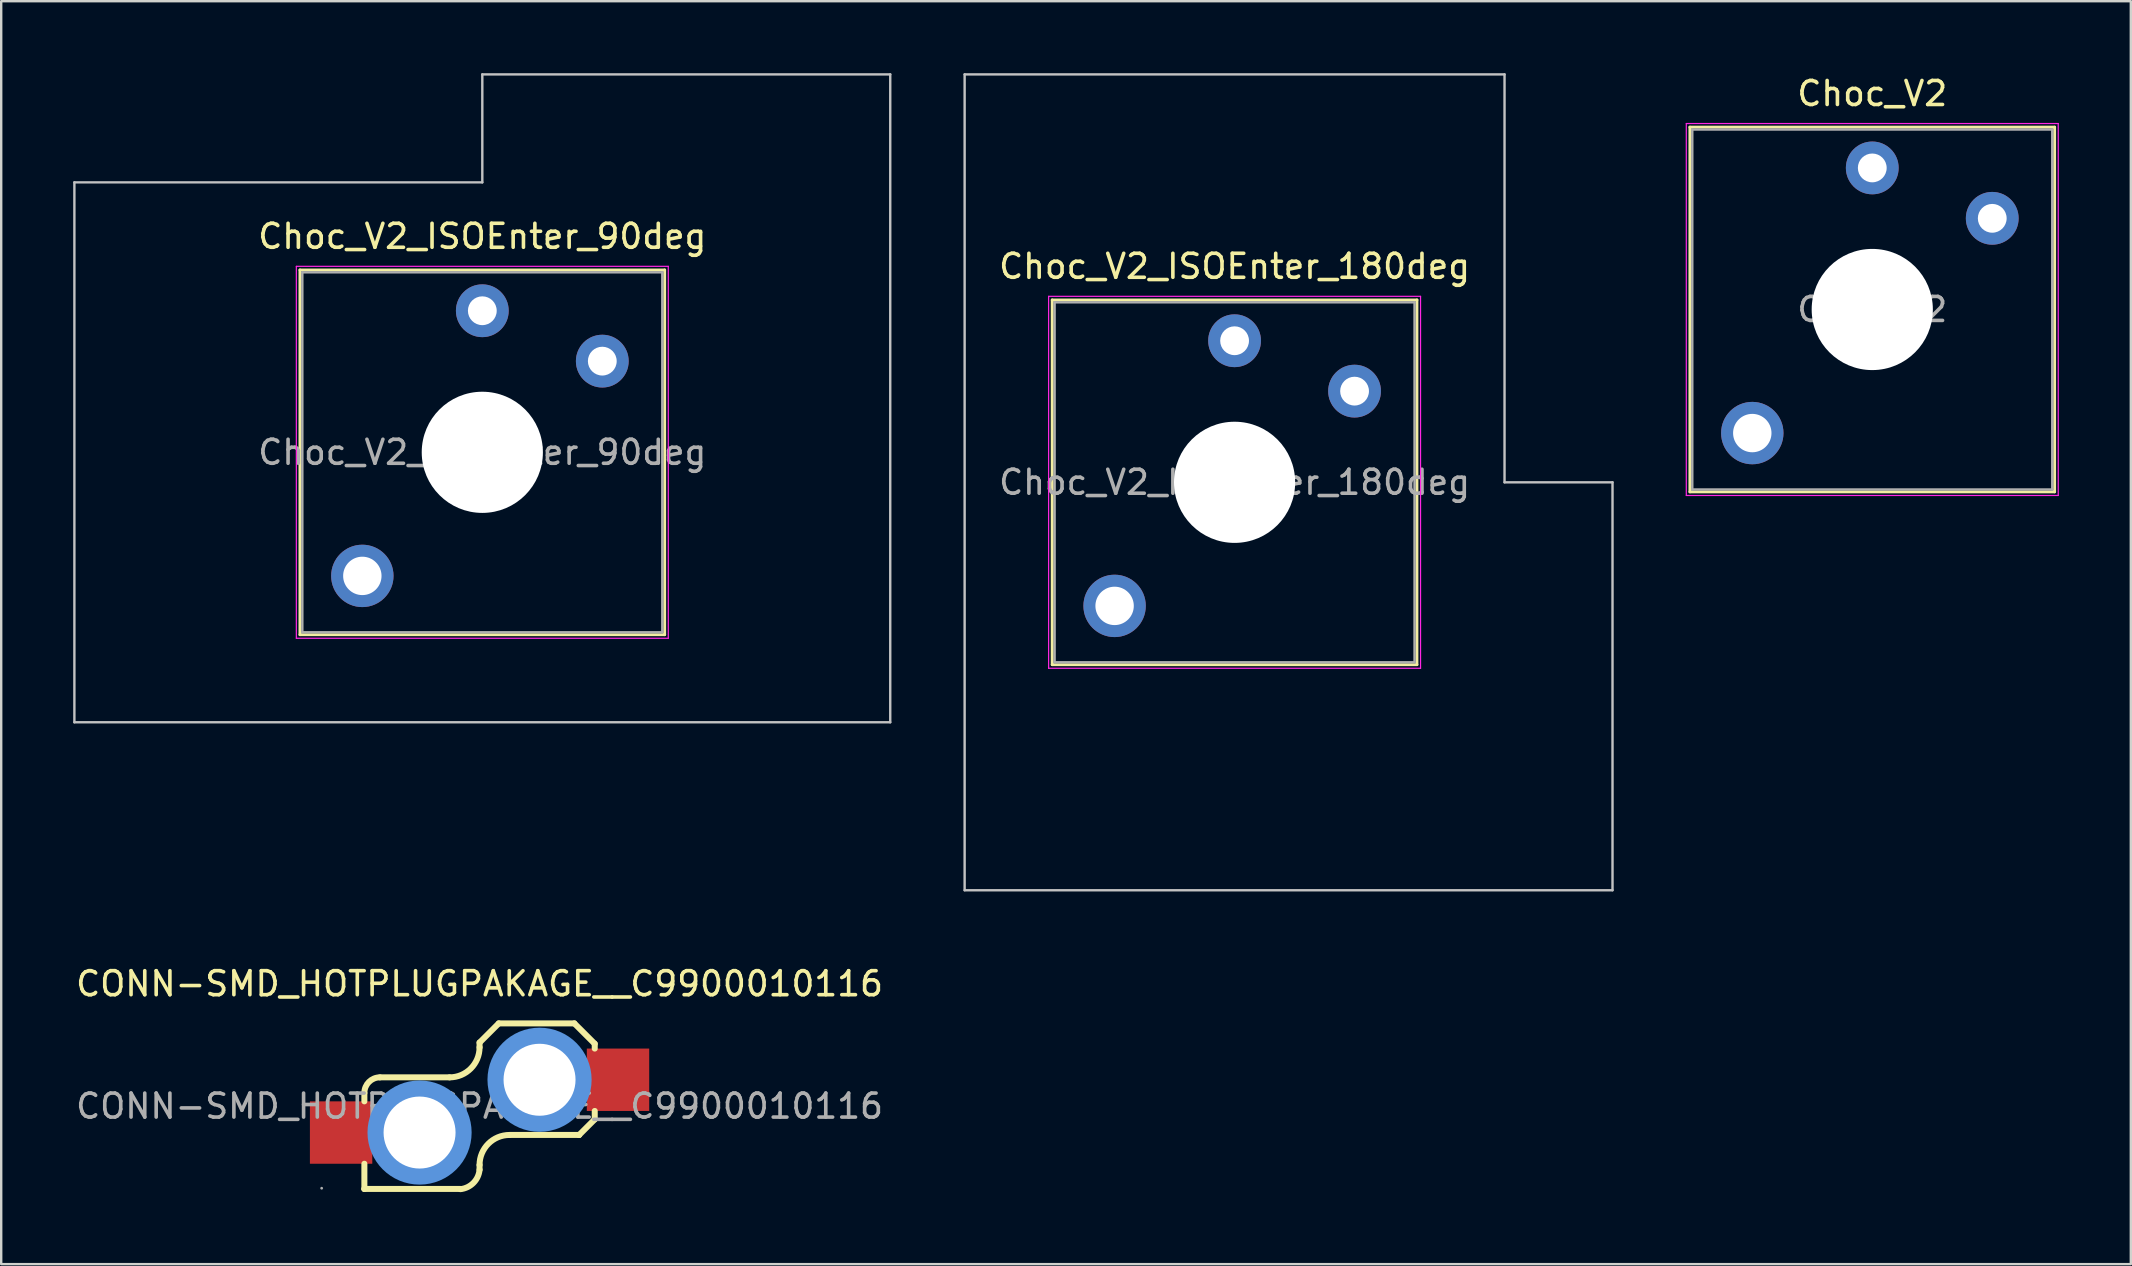
<source format=kicad_pcb>
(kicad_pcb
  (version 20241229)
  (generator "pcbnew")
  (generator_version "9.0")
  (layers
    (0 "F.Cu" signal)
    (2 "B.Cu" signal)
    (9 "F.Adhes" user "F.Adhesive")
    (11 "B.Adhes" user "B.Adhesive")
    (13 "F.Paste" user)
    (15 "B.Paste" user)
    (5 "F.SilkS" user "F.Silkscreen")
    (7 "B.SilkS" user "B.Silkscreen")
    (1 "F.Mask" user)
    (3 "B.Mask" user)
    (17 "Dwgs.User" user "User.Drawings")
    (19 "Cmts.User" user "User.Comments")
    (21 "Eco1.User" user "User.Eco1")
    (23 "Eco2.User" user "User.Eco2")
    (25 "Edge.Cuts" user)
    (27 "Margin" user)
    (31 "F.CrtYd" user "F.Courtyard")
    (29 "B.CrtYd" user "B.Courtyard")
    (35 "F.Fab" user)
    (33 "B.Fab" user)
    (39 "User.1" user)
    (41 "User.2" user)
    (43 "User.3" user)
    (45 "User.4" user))
  (footprint "Choc_V2_ISOEnter_90deg"
    (layer "F.Cu")
    (at 17.05 15.8)
    (property "Reference" "Choc_V2_ISOEnter_90deg" (at 0 -9 0) (layer "F.SilkS") (effects (font (size 1 1) (thickness 0.15))))
    (attr through_hole)
    (fp_line (start -7.6 -7.6) (end -7.6 7.6) (stroke (width 0.12) (type solid)) (layer "F.SilkS"))
    (fp_line (start -7.6 7.6) (end 7.6 7.6) (stroke (width 0.12) (type solid)) (layer "F.SilkS"))
    (fp_line (start 7.6 -7.6) (end -7.6 -7.6) (stroke (width 0.12) (type solid)) (layer "F.SilkS"))
    (fp_line (start 7.6 7.6) (end 7.6 -7.6) (stroke (width 0.12) (type solid)) (layer "F.SilkS"))
    (fp_line (start -17 -11.25) (end -17 11.25) (stroke (width 0.1) (type solid)) (layer "Dwgs.User"))
    (fp_line (start -17 11.25) (end 17 11.25) (stroke (width 0.1) (type solid)) (layer "Dwgs.User"))
    (fp_line (start 0 -15.75) (end 0 -11.25) (stroke (width 0.1) (type solid)) (layer "Dwgs.User"))
    (fp_line (start 0 -11.25) (end -17 -11.25) (stroke (width 0.1) (type solid)) (layer "Dwgs.User"))
    (fp_line (start 17 -15.75) (end 0 -15.75) (stroke (width 0.1) (type solid)) (layer "Dwgs.User"))
    (fp_line (start 17 11.25) (end 17 -15.75) (stroke (width 0.1) (type solid)) (layer "Dwgs.User"))
    (fp_line (start -7.25 -7.25) (end -7.25 7.25) (stroke (width 0.1) (type solid)) (layer "Eco1.User"))
    (fp_line (start -7.25 7.25) (end 7.25 7.25) (stroke (width 0.1) (type solid)) (layer "Eco1.User"))
    (fp_line (start 7.25 -7.25) (end -7.25 -7.25) (stroke (width 0.1) (type solid)) (layer "Eco1.User"))
    (fp_line (start 7.25 7.25) (end 7.25 -7.25) (stroke (width 0.1) (type solid)) (layer "Eco1.User"))
    (fp_line (start -7.75 -7.75) (end -7.75 7.75) (stroke (width 0.05) (type solid)) (layer "F.CrtYd"))
    (fp_line (start -7.75 7.75) (end 7.75 7.75) (stroke (width 0.05) (type solid)) (layer "F.CrtYd"))
    (fp_line (start 7.75 -7.75) (end -7.75 -7.75) (stroke (width 0.05) (type solid)) (layer "F.CrtYd"))
    (fp_line (start 7.75 7.75) (end 7.75 -7.75) (stroke (width 0.05) (type solid)) (layer "F.CrtYd"))
    (fp_line (start -7.5 -7.5) (end -7.5 7.5) (stroke (width 0.1) (type solid)) (layer "F.Fab"))
    (fp_line (start -7.5 7.5) (end 7.5 7.5) (stroke (width 0.1) (type solid)) (layer "F.Fab"))
    (fp_line (start 7.5 -7.5) (end -7.5 -7.5) (stroke (width 0.1) (type solid)) (layer "F.Fab"))
    (fp_line (start 7.5 7.5) (end 7.5 -7.5) (stroke (width 0.1) (type solid)) (layer "F.Fab"))
    (fp_text user "${REFERENCE}" (at 0 0 0) (layer "F.Fab") (effects (font (size 1 1) (thickness 0.15))))
    (pad "" thru_hole circle (at -5 5.15) (size 2.6 2.6) (drill 1.6) (layers "*.Cu" "*.Mask"))
    (pad "" np_thru_hole circle (at 0 0) (size 5.05 5.05) (drill 5.05) (layers "*.Cu" "*.Mask"))
    (pad "1" thru_hole circle (at 0 -5.9) (size 2.2 2.2) (drill 1.2) (layers "*.Cu" "*.Mask"))
    (pad "2" thru_hole circle (at 5 -3.8) (size 2.2 2.2) (drill 1.2) (layers "*.Cu" "*.Mask")))
  (footprint "Choc_V2_ISOEnter_180deg"
    (layer "F.Cu")
    (at 48.4 17.05)
    (property "Reference" "Choc_V2_ISOEnter_180deg" (at 0 -9 0) (layer "F.SilkS") (effects (font (size 1 1) (thickness 0.15))))
    (attr through_hole)
    (fp_line (start -7.6 -7.6) (end -7.6 7.6) (stroke (width 0.12) (type solid)) (layer "F.SilkS"))
    (fp_line (start -7.6 7.6) (end 7.6 7.6) (stroke (width 0.12) (type solid)) (layer "F.SilkS"))
    (fp_line (start 7.6 -7.6) (end -7.6 -7.6) (stroke (width 0.12) (type solid)) (layer "F.SilkS"))
    (fp_line (start 7.6 7.6) (end 7.6 -7.6) (stroke (width 0.12) (type solid)) (layer "F.SilkS"))
    (fp_line (start -11.25 -17) (end -11.25 17) (stroke (width 0.1) (type solid)) (layer "Dwgs.User"))
    (fp_line (start -11.25 17) (end 15.75 17) (stroke (width 0.1) (type solid)) (layer "Dwgs.User"))
    (fp_line (start 11.25 -17) (end -11.25 -17) (stroke (width 0.1) (type solid)) (layer "Dwgs.User"))
    (fp_line (start 11.25 0) (end 11.25 -17) (stroke (width 0.1) (type solid)) (layer "Dwgs.User"))
    (fp_line (start 15.75 0) (end 11.25 0) (stroke (width 0.1) (type solid)) (layer "Dwgs.User"))
    (fp_line (start 15.75 17) (end 15.75 0) (stroke (width 0.1) (type solid)) (layer "Dwgs.User"))
    (fp_line (start -7.25 -7.25) (end -7.25 7.25) (stroke (width 0.1) (type solid)) (layer "Eco1.User"))
    (fp_line (start -7.25 7.25) (end 7.25 7.25) (stroke (width 0.1) (type solid)) (layer "Eco1.User"))
    (fp_line (start 7.25 -7.25) (end -7.25 -7.25) (stroke (width 0.1) (type solid)) (layer "Eco1.User"))
    (fp_line (start 7.25 7.25) (end 7.25 -7.25) (stroke (width 0.1) (type solid)) (layer "Eco1.User"))
    (fp_line (start -7.75 -7.75) (end -7.75 7.75) (stroke (width 0.05) (type solid)) (layer "F.CrtYd"))
    (fp_line (start -7.75 7.75) (end 7.75 7.75) (stroke (width 0.05) (type solid)) (layer "F.CrtYd"))
    (fp_line (start 7.75 -7.75) (end -7.75 -7.75) (stroke (width 0.05) (type solid)) (layer "F.CrtYd"))
    (fp_line (start 7.75 7.75) (end 7.75 -7.75) (stroke (width 0.05) (type solid)) (layer "F.CrtYd"))
    (fp_line (start -7.5 -7.5) (end -7.5 7.5) (stroke (width 0.1) (type solid)) (layer "F.Fab"))
    (fp_line (start -7.5 7.5) (end 7.5 7.5) (stroke (width 0.1) (type solid)) (layer "F.Fab"))
    (fp_line (start 7.5 -7.5) (end -7.5 -7.5) (stroke (width 0.1) (type solid)) (layer "F.Fab"))
    (fp_line (start 7.5 7.5) (end 7.5 -7.5) (stroke (width 0.1) (type solid)) (layer "F.Fab"))
    (fp_text user "${REFERENCE}" (at 0 0 0) (layer "F.Fab") (effects (font (size 1 1) (thickness 0.15))))
    (pad "" thru_hole circle (at -5 5.15) (size 2.6 2.6) (drill 1.6) (layers "*.Cu" "*.Mask"))
    (pad "" np_thru_hole circle (at 0 0) (size 5.05 5.05) (drill 5.05) (layers "*.Cu" "*.Mask"))
    (pad "1" thru_hole circle (at 0 -5.9) (size 2.2 2.2) (drill 1.2) (layers "*.Cu" "*.Mask"))
    (pad "2" thru_hole circle (at 5 -3.8) (size 2.2 2.2) (drill 1.2) (layers "*.Cu" "*.Mask")))
  (footprint "Choc_V2"
    (layer "F.Cu")
    (at 74.975 9.848)
    (property "Reference" "Choc_V2" (at 0 -9 0) (layer "F.SilkS") (effects (font (size 1 1) (thickness 0.15))))
    (attr through_hole)
    (fp_line (start -7.6 -7.6) (end -7.6 7.6) (stroke (width 0.12) (type solid)) (layer "F.SilkS"))
    (fp_line (start -7.6 7.6) (end 7.6 7.6) (stroke (width 0.12) (type solid)) (layer "F.SilkS"))
    (fp_line (start 7.6 -7.6) (end -7.6 -7.6) (stroke (width 0.12) (type solid)) (layer "F.SilkS"))
    (fp_line (start 7.6 7.6) (end 7.6 -7.6) (stroke (width 0.12) (type solid)) (layer "F.SilkS"))
    (fp_line (start -7.25 -7.25) (end -7.25 7.25) (stroke (width 0.1) (type solid)) (layer "Eco1.User"))
    (fp_line (start -7.25 7.25) (end 7.25 7.25) (stroke (width 0.1) (type solid)) (layer "Eco1.User"))
    (fp_line (start 7.25 -7.25) (end -7.25 -7.25) (stroke (width 0.1) (type solid)) (layer "Eco1.User"))
    (fp_line (start 7.25 7.25) (end 7.25 -7.25) (stroke (width 0.1) (type solid)) (layer "Eco1.User"))
    (fp_line (start -7.75 -7.75) (end -7.75 7.75) (stroke (width 0.05) (type solid)) (layer "F.CrtYd"))
    (fp_line (start -7.75 7.75) (end 7.75 7.75) (stroke (width 0.05) (type solid)) (layer "F.CrtYd"))
    (fp_line (start 7.75 -7.75) (end -7.75 -7.75) (stroke (width 0.05) (type solid)) (layer "F.CrtYd"))
    (fp_line (start 7.75 7.75) (end 7.75 -7.75) (stroke (width 0.05) (type solid)) (layer "F.CrtYd"))
    (fp_line (start -7.5 -7.5) (end -7.5 7.5) (stroke (width 0.1) (type solid)) (layer "F.Fab"))
    (fp_line (start -7.5 7.5) (end 7.5 7.5) (stroke (width 0.1) (type solid)) (layer "F.Fab"))
    (fp_line (start 7.5 -7.5) (end -7.5 -7.5) (stroke (width 0.1) (type solid)) (layer "F.Fab"))
    (fp_line (start 7.5 7.5) (end 7.5 -7.5) (stroke (width 0.1) (type solid)) (layer "F.Fab"))
    (fp_text user "${REFERENCE}" (at 0 0 0) (layer "F.Fab") (effects (font (size 1 1) (thickness 0.15))))
    (pad "" thru_hole circle (at -5 5.15) (size 2.6 2.6) (drill 1.6) (layers "*.Cu" "*.Mask"))
    (pad "" np_thru_hole circle (at 0 0) (size 5.05 5.05) (drill 5.05) (layers "*.Cu" "*.Mask"))
    (pad "1" thru_hole circle (at 0 -5.9) (size 2.2 2.2) (drill 1.2) (layers "*.Cu" "*.Mask"))
    (pad "2" thru_hole circle (at 5 -3.8) (size 2.2 2.2) (drill 1.2) (layers "*.Cu" "*.Mask")))
  (footprint "CONN-SMD_HOTPLUGPAKAGE__C9900010116"
    (layer "F.Cu")
    (at 16.935 43.048)
    (property "Reference" "CONN-SMD_HOTPLUGPAKAGE__C9900010116" (at 0 -5.1 0) (layer "F.SilkS") (effects (font (size 1 1) (thickness 0.15))))
    (attr smd)
    (fp_line (start -4.8 -0.55) (end -4.8 -0.2) (stroke (width 0.25) (type solid)) (layer "F.SilkS"))
    (fp_line (start -4.8 2.4) (end -4.8 3.45) (stroke (width 0.25) (type solid)) (layer "F.SilkS"))
    (fp_line (start -4.8 3.45) (end -4.8 3.45) (stroke (width 0.25) (type solid)) (layer "F.SilkS"))
    (fp_line (start -4.8 3.45) (end -0.8 3.45) (stroke (width 0.25) (type solid)) (layer "F.SilkS"))
    (fp_line (start -1.25 -1.2) (end -4.15 -1.2) (stroke (width 0.25) (type solid)) (layer "F.SilkS"))
    (fp_line (start 0 -2.65) (end 0 -2.45) (stroke (width 0.25) (type solid)) (layer "F.SilkS"))
    (fp_line (start 0 2.65) (end 0 2.45) (stroke (width 0.25) (type solid)) (layer "F.SilkS"))
    (fp_line (start 0.8 -3.45) (end 0 -2.65) (stroke (width 0.25) (type solid)) (layer "F.SilkS"))
    (fp_line (start 1.25 1.2) (end 4.15 1.2) (stroke (width 0.25) (type solid)) (layer "F.SilkS"))
    (fp_line (start 3.95 -3.45) (end 0.8 -3.45) (stroke (width 0.25) (type solid)) (layer "F.SilkS"))
    (fp_line (start 4.15 1.2) (end 4.15 1.2) (stroke (width 0.25) (type solid)) (layer "F.SilkS"))
    (fp_line (start 4.8 -2.6) (end 3.95 -3.45) (stroke (width 0.25) (type solid)) (layer "F.SilkS"))
    (fp_line (start 4.8 -2.4) (end 4.8 -2.6) (stroke (width 0.25) (type solid)) (layer "F.SilkS"))
    (fp_line (start 4.8 0.55) (end 4.15 1.2) (stroke (width 0.25) (type solid)) (layer "F.SilkS"))
    (fp_line (start 4.8 0.55) (end 4.8 0.2) (stroke (width 0.25) (type solid)) (layer "F.SilkS"))
    (fp_arc (start -4.8 -0.55) (mid -4.609619 -1.009619) (end -4.15 -1.2) (stroke (width 0.25) (type solid)) (layer "F.SilkS"))
    (fp_arc (start 0 -2.45) (mid -0.366117 -1.566117) (end -1.25 -1.2) (stroke (width 0.25) (type solid)) (layer "F.SilkS"))
    (fp_arc (start 0 2.45) (mid 0.366117 1.566117) (end 1.25 1.2) (stroke (width 0.25) (type solid)) (layer "F.SilkS"))
    (fp_arc (start 0 2.65) (mid -0.253757 3.197451) (end -0.797624 3.458801) (stroke (width 0.25) (type solid)) (layer "F.SilkS"))
    (fp_circle (center -2.5 1.1) (end -1.78 1.1) (stroke (width 1.45) (type solid)) (fill no) (layer "Cmts.User"))
    (fp_circle (center 2.5 -1.1) (end 3.22 -1.1) (stroke (width 1.45) (type solid)) (fill no) (layer "Cmts.User"))
    (fp_circle (center -6.58 3.42) (end -6.55 3.42) (stroke (width 0.06) (type solid)) (fill no) (layer "F.Fab"))
    (fp_text user "${REFERENCE}" (at 0 0 0) (layer "F.Fab") (effects (font (size 1 1) (thickness 0.15))))
    (pad "" thru_hole circle (at -2.5 1.1) (size 3 3) (drill 3) (layers "*.Cu" "*.Mask"))
    (pad "" thru_hole circle (at 2.5 -1.1) (size 3 3) (drill 3) (layers "*.Cu" "*.Mask"))
    (pad "1" smd rect (at -5.77 1.1) (size 2.6 2.6) (layers "F.Cu" "F.Mask" "F.Paste"))
    (pad "2" smd rect (at 5.77 -1.1) (size 2.6 2.6) (layers "F.Cu" "F.Mask" "F.Paste")))
  (gr_rect
    (start -3 -3)
    (end 85.75 49.632)
    (stroke (width 0.1) (type default))
    (fill no)
    (layer "Edge.Cuts")))
</source>
